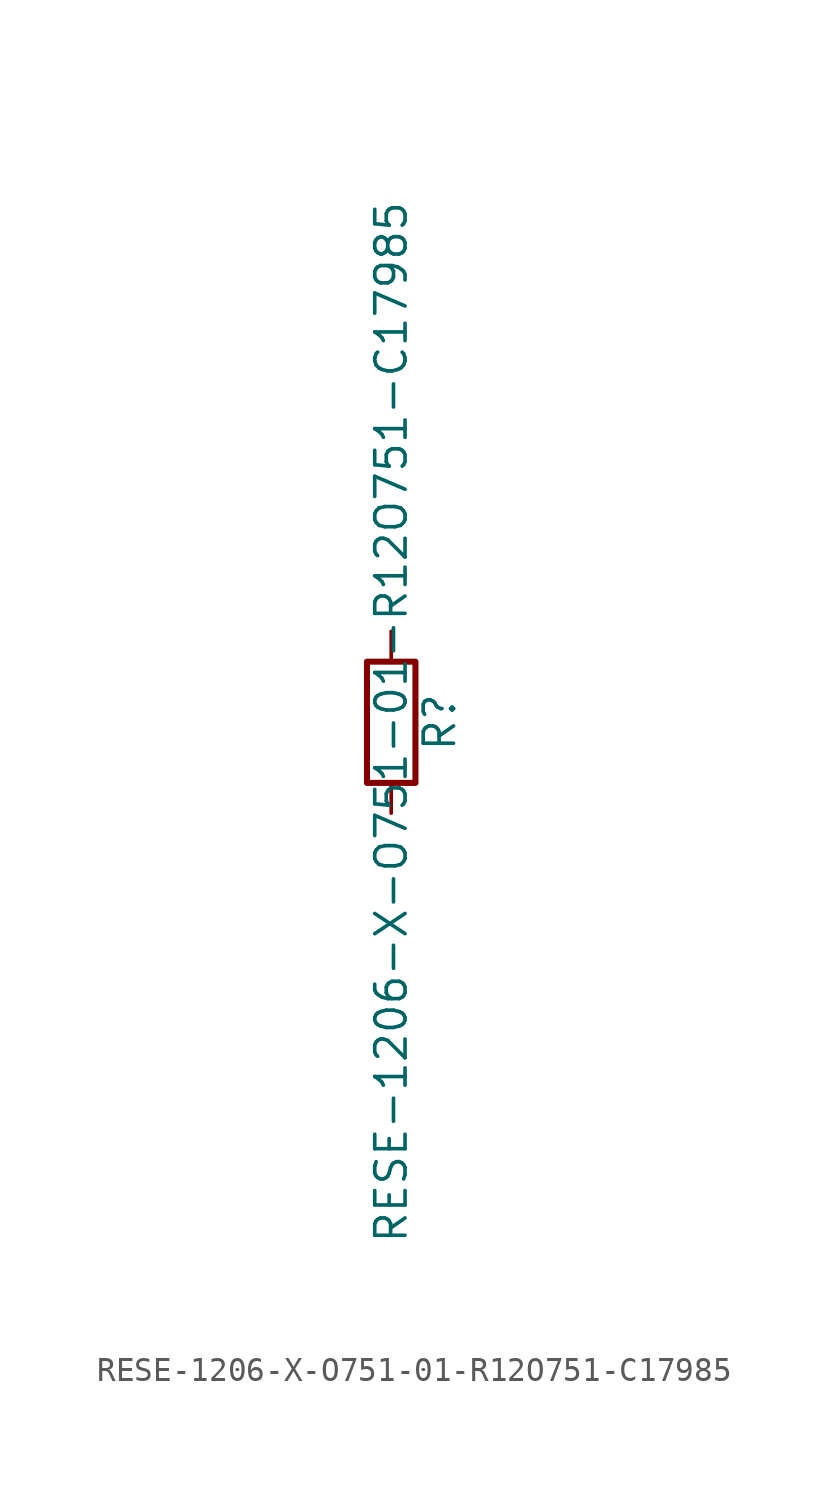
<source format=kicad_sym>
(kicad_symbol_lib
  (version 20211014)
  (generator kicad_symbol_editor)
  (symbol "RESE-1206-X-O751-01-R12O751-C17985"
    (pin_numbers hide)
    (pin_names
      (offset 0))
    (property "Reference" "R"
      (at 2.032 0 90)
      (effects (font (size 1.27 1.27))))
    (property "Value" "RESE-1206-X-O751-01-R12O751-C17985"
      (at 0 0 90)
      (effects (font (size 1.27 1.27))))
    (symbol "RESE-1206-X-O751-01-R12O751-C17985_0_1"
      (rectangle (start -1.016 -2.54) (end 1.016 2.54) (stroke (width 0.254) (type default) (color 0 0 0 0)) (fill (type none))))
    (symbol "RESE-1206-X-O751-01-R12O751-C17985_1_1"
      (pin passive line (at 0 3.81 270) (length 1.27) (name "~" (effects (font (size 1.27 1.27)))) (number "1" (effects (font (size 1.27 1.27)))))
      (pin passive line (at 0 -3.81 90) (length 1.27) (name "~" (effects (font (size 1.27 1.27)))) (number "2" (effects (font (size 1.27 1.27))))))))
</source>
